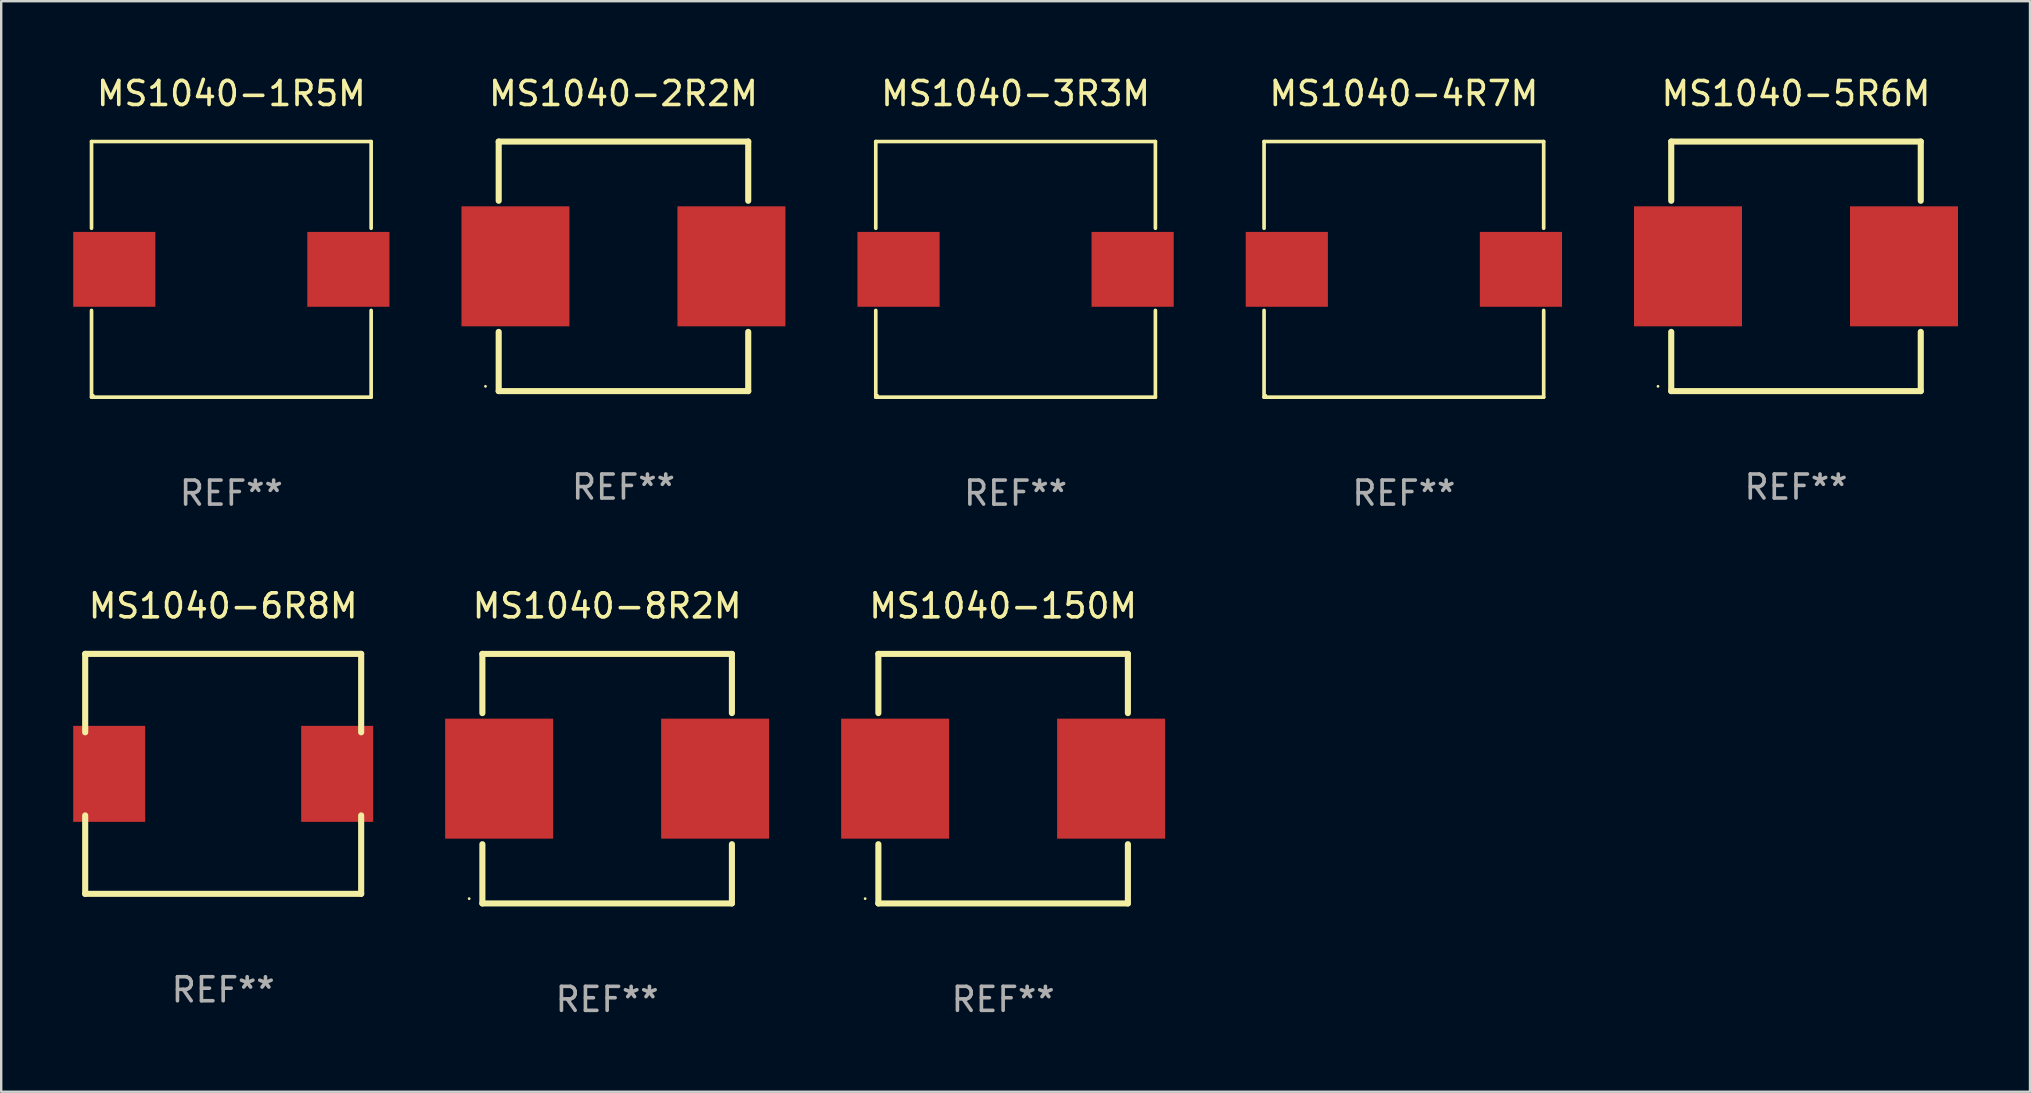
<source format=kicad_pcb>
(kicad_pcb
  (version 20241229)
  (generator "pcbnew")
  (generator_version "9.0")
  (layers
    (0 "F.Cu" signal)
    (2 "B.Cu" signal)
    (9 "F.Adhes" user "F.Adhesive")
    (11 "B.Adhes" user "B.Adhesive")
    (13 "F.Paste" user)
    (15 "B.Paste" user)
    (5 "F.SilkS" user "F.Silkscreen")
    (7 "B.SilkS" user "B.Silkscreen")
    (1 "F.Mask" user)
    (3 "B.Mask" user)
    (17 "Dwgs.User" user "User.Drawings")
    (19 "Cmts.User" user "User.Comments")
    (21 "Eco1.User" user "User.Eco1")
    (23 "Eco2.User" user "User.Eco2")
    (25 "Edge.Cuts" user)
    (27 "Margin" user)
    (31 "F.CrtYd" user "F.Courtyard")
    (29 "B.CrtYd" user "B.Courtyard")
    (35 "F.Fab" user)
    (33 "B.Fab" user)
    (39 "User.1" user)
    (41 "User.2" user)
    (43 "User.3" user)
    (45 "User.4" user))
  (footprint "MS1040-1R5M"
    (layer "F.Cu")
    (at 6.59 8.174)
    (property "Reference" "MS1040-1R5M" (at 0 -7.326 0) (layer "F.SilkS") (effects (font (size 1 1) (thickness 0.15))))
    (attr through_hole)
    (fp_line (start -5.826 -5.326) (end 5.826 -5.326) (stroke (width 0.152) (type solid)) (layer "F.SilkS"))
    (fp_line (start -5.826 -1.712) (end -5.826 -5.326) (stroke (width 0.152) (type solid)) (layer "F.SilkS"))
    (fp_line (start -5.826 1.712) (end -5.826 5.326) (stroke (width 0.152) (type solid)) (layer "F.SilkS"))
    (fp_line (start -5.826 5.326) (end 5.826 5.326) (stroke (width 0.152) (type solid)) (layer "F.SilkS"))
    (fp_line (start 5.826 -5.326) (end 5.826 -1.712) (stroke (width 0.152) (type solid)) (layer "F.SilkS"))
    (fp_line (start 5.826 5.326) (end 5.826 1.712) (stroke (width 0.152) (type solid)) (layer "F.SilkS"))
    (fp_circle (center -5.75 5.25) (end -5.72 5.25) (stroke (width 0.06) (type solid)) (fill no) (layer "F.SilkS"))
    (fp_text user "REF**" (at 0 9.326 0) (layer "F.Fab") (effects (font (size 1 1) (thickness 0.15))))
    (pad "1" smd rect (at 4.878 0) (size 3.424 3.12) (layers "F.Cu" "F.Mask" "F.Paste"))
    (pad "2" smd rect (at -4.878 0) (size 3.424 3.12) (layers "F.Cu" "F.Mask" "F.Paste")))
  (footprint "MS1040-5R6M"
    (layer "F.Cu")
    (at 71.79 8.048)
    (property "Reference" "MS1040-5R6M" (at 0 -7.199 0) (layer "F.SilkS") (effects (font (size 1 1) (thickness 0.15))))
    (attr through_hole)
    (fp_line (start -5.199 -5.199) (end -5.199 -2.731) (stroke (width 0.254) (type solid)) (layer "F.SilkS"))
    (fp_line (start -5.199 -5.199) (end 5.199 -5.199) (stroke (width 0.254) (type solid)) (layer "F.SilkS"))
    (fp_line (start -5.199 2.731) (end -5.199 5.199) (stroke (width 0.254) (type solid)) (layer "F.SilkS"))
    (fp_line (start -5.199 5.199) (end 5.199 5.199) (stroke (width 0.254) (type solid)) (layer "F.SilkS"))
    (fp_line (start 5.199 -5.199) (end 5.199 -2.731) (stroke (width 0.254) (type solid)) (layer "F.SilkS"))
    (fp_line (start 5.199 2.731) (end 5.199 5.199) (stroke (width 0.254) (type solid)) (layer "F.SilkS"))
    (fp_circle (center -5.75 5) (end -5.72 5) (stroke (width 0.06) (type solid)) (fill no) (layer "F.SilkS"))
    (fp_text user "REF**" (at 0 9.199 0) (layer "F.Fab") (effects (font (size 1 1) (thickness 0.15))))
    (pad "1" smd rect (at -4.5 0) (size 4.5 5) (layers "F.Cu" "F.Mask" "F.Paste"))
    (pad "2" smd rect (at 4.5 0) (size 4.5 5) (layers "F.Cu" "F.Mask" "F.Paste")))
  (footprint "MS1040-2R2M"
    (layer "F.Cu")
    (at 22.93 8.048)
    (property "Reference" "MS1040-2R2M" (at 0 -7.199 0) (layer "F.SilkS") (effects (font (size 1 1) (thickness 0.15))))
    (attr through_hole)
    (fp_line (start -5.199 -5.199) (end -5.199 -2.731) (stroke (width 0.254) (type solid)) (layer "F.SilkS"))
    (fp_line (start -5.199 -5.199) (end 5.199 -5.199) (stroke (width 0.254) (type solid)) (layer "F.SilkS"))
    (fp_line (start -5.199 2.731) (end -5.199 5.199) (stroke (width 0.254) (type solid)) (layer "F.SilkS"))
    (fp_line (start -5.199 5.199) (end 5.199 5.199) (stroke (width 0.254) (type solid)) (layer "F.SilkS"))
    (fp_line (start 5.199 -5.199) (end 5.199 -2.731) (stroke (width 0.254) (type solid)) (layer "F.SilkS"))
    (fp_line (start 5.199 2.731) (end 5.199 5.199) (stroke (width 0.254) (type solid)) (layer "F.SilkS"))
    (fp_circle (center -5.75 5) (end -5.72 5) (stroke (width 0.06) (type solid)) (fill no) (layer "F.SilkS"))
    (fp_text user "REF**" (at 0 9.199 0) (layer "F.Fab") (effects (font (size 1 1) (thickness 0.15))))
    (pad "1" smd rect (at -4.5 0) (size 4.5 5) (layers "F.Cu" "F.Mask" "F.Paste"))
    (pad "2" smd rect (at 4.5 0) (size 4.5 5) (layers "F.Cu" "F.Mask" "F.Paste")))
  (footprint "MS1040-6R8M"
    (layer "F.Cu")
    (at 6.25 29.197)
    (property "Reference" "MS1040-6R8M" (at 0 -7 0) (layer "F.SilkS") (effects (font (size 1 1) (thickness 0.15))))
    (attr through_hole)
    (fp_line (start -5.75 -5) (end -5.75 -1.731) (stroke (width 0.254) (type solid)) (layer "F.SilkS"))
    (fp_line (start -5.75 -5) (end 5.75 -5) (stroke (width 0.254) (type solid)) (layer "F.SilkS"))
    (fp_line (start -5.75 1.731) (end -5.75 5) (stroke (width 0.254) (type solid)) (layer "F.SilkS"))
    (fp_line (start 5.75 -1.731) (end 5.75 -5) (stroke (width 0.254) (type solid)) (layer "F.SilkS"))
    (fp_line (start 5.75 5) (end -5.75 5) (stroke (width 0.254) (type solid)) (layer "F.SilkS"))
    (fp_line (start 5.75 5) (end 5.75 1.731) (stroke (width 0.254) (type solid)) (layer "F.SilkS"))
    (fp_circle (center -5.75 5) (end -5.72 5) (stroke (width 0.06) (type solid)) (fill no) (layer "F.SilkS"))
    (fp_text user "REF**" (at 0 9 0) (layer "F.Fab") (effects (font (size 1 1) (thickness 0.15))))
    (pad "1" smd rect (at -4.75 0) (size 3 4) (layers "F.Cu" "F.Mask" "F.Paste"))
    (pad "2" smd rect (at 4.75 0) (size 3 4) (layers "F.Cu" "F.Mask" "F.Paste")))
  (footprint "MS1040-4R7M"
    (layer "F.Cu")
    (at 55.45 8.174)
    (property "Reference" "MS1040-4R7M" (at 0 -7.326 0) (layer "F.SilkS") (effects (font (size 1 1) (thickness 0.15))))
    (attr through_hole)
    (fp_line (start -5.826 -5.326) (end 5.826 -5.326) (stroke (width 0.152) (type solid)) (layer "F.SilkS"))
    (fp_line (start -5.826 -1.712) (end -5.826 -5.326) (stroke (width 0.152) (type solid)) (layer "F.SilkS"))
    (fp_line (start -5.826 1.712) (end -5.826 5.326) (stroke (width 0.152) (type solid)) (layer "F.SilkS"))
    (fp_line (start -5.826 5.326) (end 5.826 5.326) (stroke (width 0.152) (type solid)) (layer "F.SilkS"))
    (fp_line (start 5.826 -5.326) (end 5.826 -1.712) (stroke (width 0.152) (type solid)) (layer "F.SilkS"))
    (fp_line (start 5.826 5.326) (end 5.826 1.712) (stroke (width 0.152) (type solid)) (layer "F.SilkS"))
    (fp_circle (center -5.75 5.25) (end -5.72 5.25) (stroke (width 0.06) (type solid)) (fill no) (layer "F.SilkS"))
    (fp_text user "REF**" (at 0 9.326 0) (layer "F.Fab") (effects (font (size 1 1) (thickness 0.15))))
    (pad "1" smd rect (at 4.878 0) (size 3.424 3.12) (layers "F.Cu" "F.Mask" "F.Paste"))
    (pad "2" smd rect (at -4.878 0) (size 3.424 3.12) (layers "F.Cu" "F.Mask" "F.Paste")))
  (footprint "MS1040-3R3M"
    (layer "F.Cu")
    (at 39.27 8.174)
    (property "Reference" "MS1040-3R3M" (at 0 -7.326 0) (layer "F.SilkS") (effects (font (size 1 1) (thickness 0.15))))
    (attr through_hole)
    (fp_line (start -5.826 -5.326) (end 5.826 -5.326) (stroke (width 0.152) (type solid)) (layer "F.SilkS"))
    (fp_line (start -5.826 -1.712) (end -5.826 -5.326) (stroke (width 0.152) (type solid)) (layer "F.SilkS"))
    (fp_line (start -5.826 1.712) (end -5.826 5.326) (stroke (width 0.152) (type solid)) (layer "F.SilkS"))
    (fp_line (start -5.826 5.326) (end 5.826 5.326) (stroke (width 0.152) (type solid)) (layer "F.SilkS"))
    (fp_line (start 5.826 -5.326) (end 5.826 -1.712) (stroke (width 0.152) (type solid)) (layer "F.SilkS"))
    (fp_line (start 5.826 5.326) (end 5.826 1.712) (stroke (width 0.152) (type solid)) (layer "F.SilkS"))
    (fp_circle (center -5.75 5.25) (end -5.72 5.25) (stroke (width 0.06) (type solid)) (fill no) (layer "F.SilkS"))
    (fp_text user "REF**" (at 0 9.326 0) (layer "F.Fab") (effects (font (size 1 1) (thickness 0.15))))
    (pad "1" smd rect (at 4.878 0) (size 3.424 3.12) (layers "F.Cu" "F.Mask" "F.Paste"))
    (pad "2" smd rect (at -4.878 0) (size 3.424 3.12) (layers "F.Cu" "F.Mask" "F.Paste")))
  (footprint "MS1040-8R2M"
    (layer "F.Cu")
    (at 22.25 29.397)
    (property "Reference" "MS1040-8R2M" (at 0 -7.199 0) (layer "F.SilkS") (effects (font (size 1 1) (thickness 0.15))))
    (attr through_hole)
    (fp_line (start -5.199 -5.199) (end -5.199 -2.731) (stroke (width 0.254) (type solid)) (layer "F.SilkS"))
    (fp_line (start -5.199 -5.199) (end 5.199 -5.199) (stroke (width 0.254) (type solid)) (layer "F.SilkS"))
    (fp_line (start -5.199 2.731) (end -5.199 5.199) (stroke (width 0.254) (type solid)) (layer "F.SilkS"))
    (fp_line (start -5.199 5.199) (end 5.199 5.199) (stroke (width 0.254) (type solid)) (layer "F.SilkS"))
    (fp_line (start 5.199 -5.199) (end 5.199 -2.731) (stroke (width 0.254) (type solid)) (layer "F.SilkS"))
    (fp_line (start 5.199 2.731) (end 5.199 5.199) (stroke (width 0.254) (type solid)) (layer "F.SilkS"))
    (fp_circle (center -5.75 5) (end -5.72 5) (stroke (width 0.06) (type solid)) (fill no) (layer "F.SilkS"))
    (fp_text user "REF**" (at 0 9.199 0) (layer "F.Fab") (effects (font (size 1 1) (thickness 0.15))))
    (pad "1" smd rect (at -4.5 0) (size 4.5 5) (layers "F.Cu" "F.Mask" "F.Paste"))
    (pad "2" smd rect (at 4.5 0) (size 4.5 5) (layers "F.Cu" "F.Mask" "F.Paste")))
  (footprint "MS1040-150M"
    (layer "F.Cu")
    (at 38.751 29.397)
    (property "Reference" "MS1040-150M" (at 0 -7.199 0) (layer "F.SilkS") (effects (font (size 1 1) (thickness 0.15))))
    (attr through_hole)
    (fp_line (start -5.199 -5.199) (end -5.199 -2.731) (stroke (width 0.254) (type solid)) (layer "F.SilkS"))
    (fp_line (start -5.199 -5.199) (end 5.199 -5.199) (stroke (width 0.254) (type solid)) (layer "F.SilkS"))
    (fp_line (start -5.199 2.731) (end -5.199 5.199) (stroke (width 0.254) (type solid)) (layer "F.SilkS"))
    (fp_line (start -5.199 5.199) (end 5.199 5.199) (stroke (width 0.254) (type solid)) (layer "F.SilkS"))
    (fp_line (start 5.199 -5.199) (end 5.199 -2.731) (stroke (width 0.254) (type solid)) (layer "F.SilkS"))
    (fp_line (start 5.199 2.731) (end 5.199 5.199) (stroke (width 0.254) (type solid)) (layer "F.SilkS"))
    (fp_circle (center -5.75 5) (end -5.72 5) (stroke (width 0.06) (type solid)) (fill no) (layer "F.SilkS"))
    (fp_text user "REF**" (at 0 9.199 0) (layer "F.Fab") (effects (font (size 1 1) (thickness 0.15))))
    (pad "1" smd rect (at -4.5 0) (size 4.5 5) (layers "F.Cu" "F.Mask" "F.Paste"))
    (pad "2" smd rect (at 4.5 0) (size 4.5 5) (layers "F.Cu" "F.Mask" "F.Paste")))
  (gr_rect
    (start -3 -3)
    (end 81.541 42.444)
    (stroke (width 0.1) (type default))
    (fill no)
    (layer "Edge.Cuts")))
</source>
